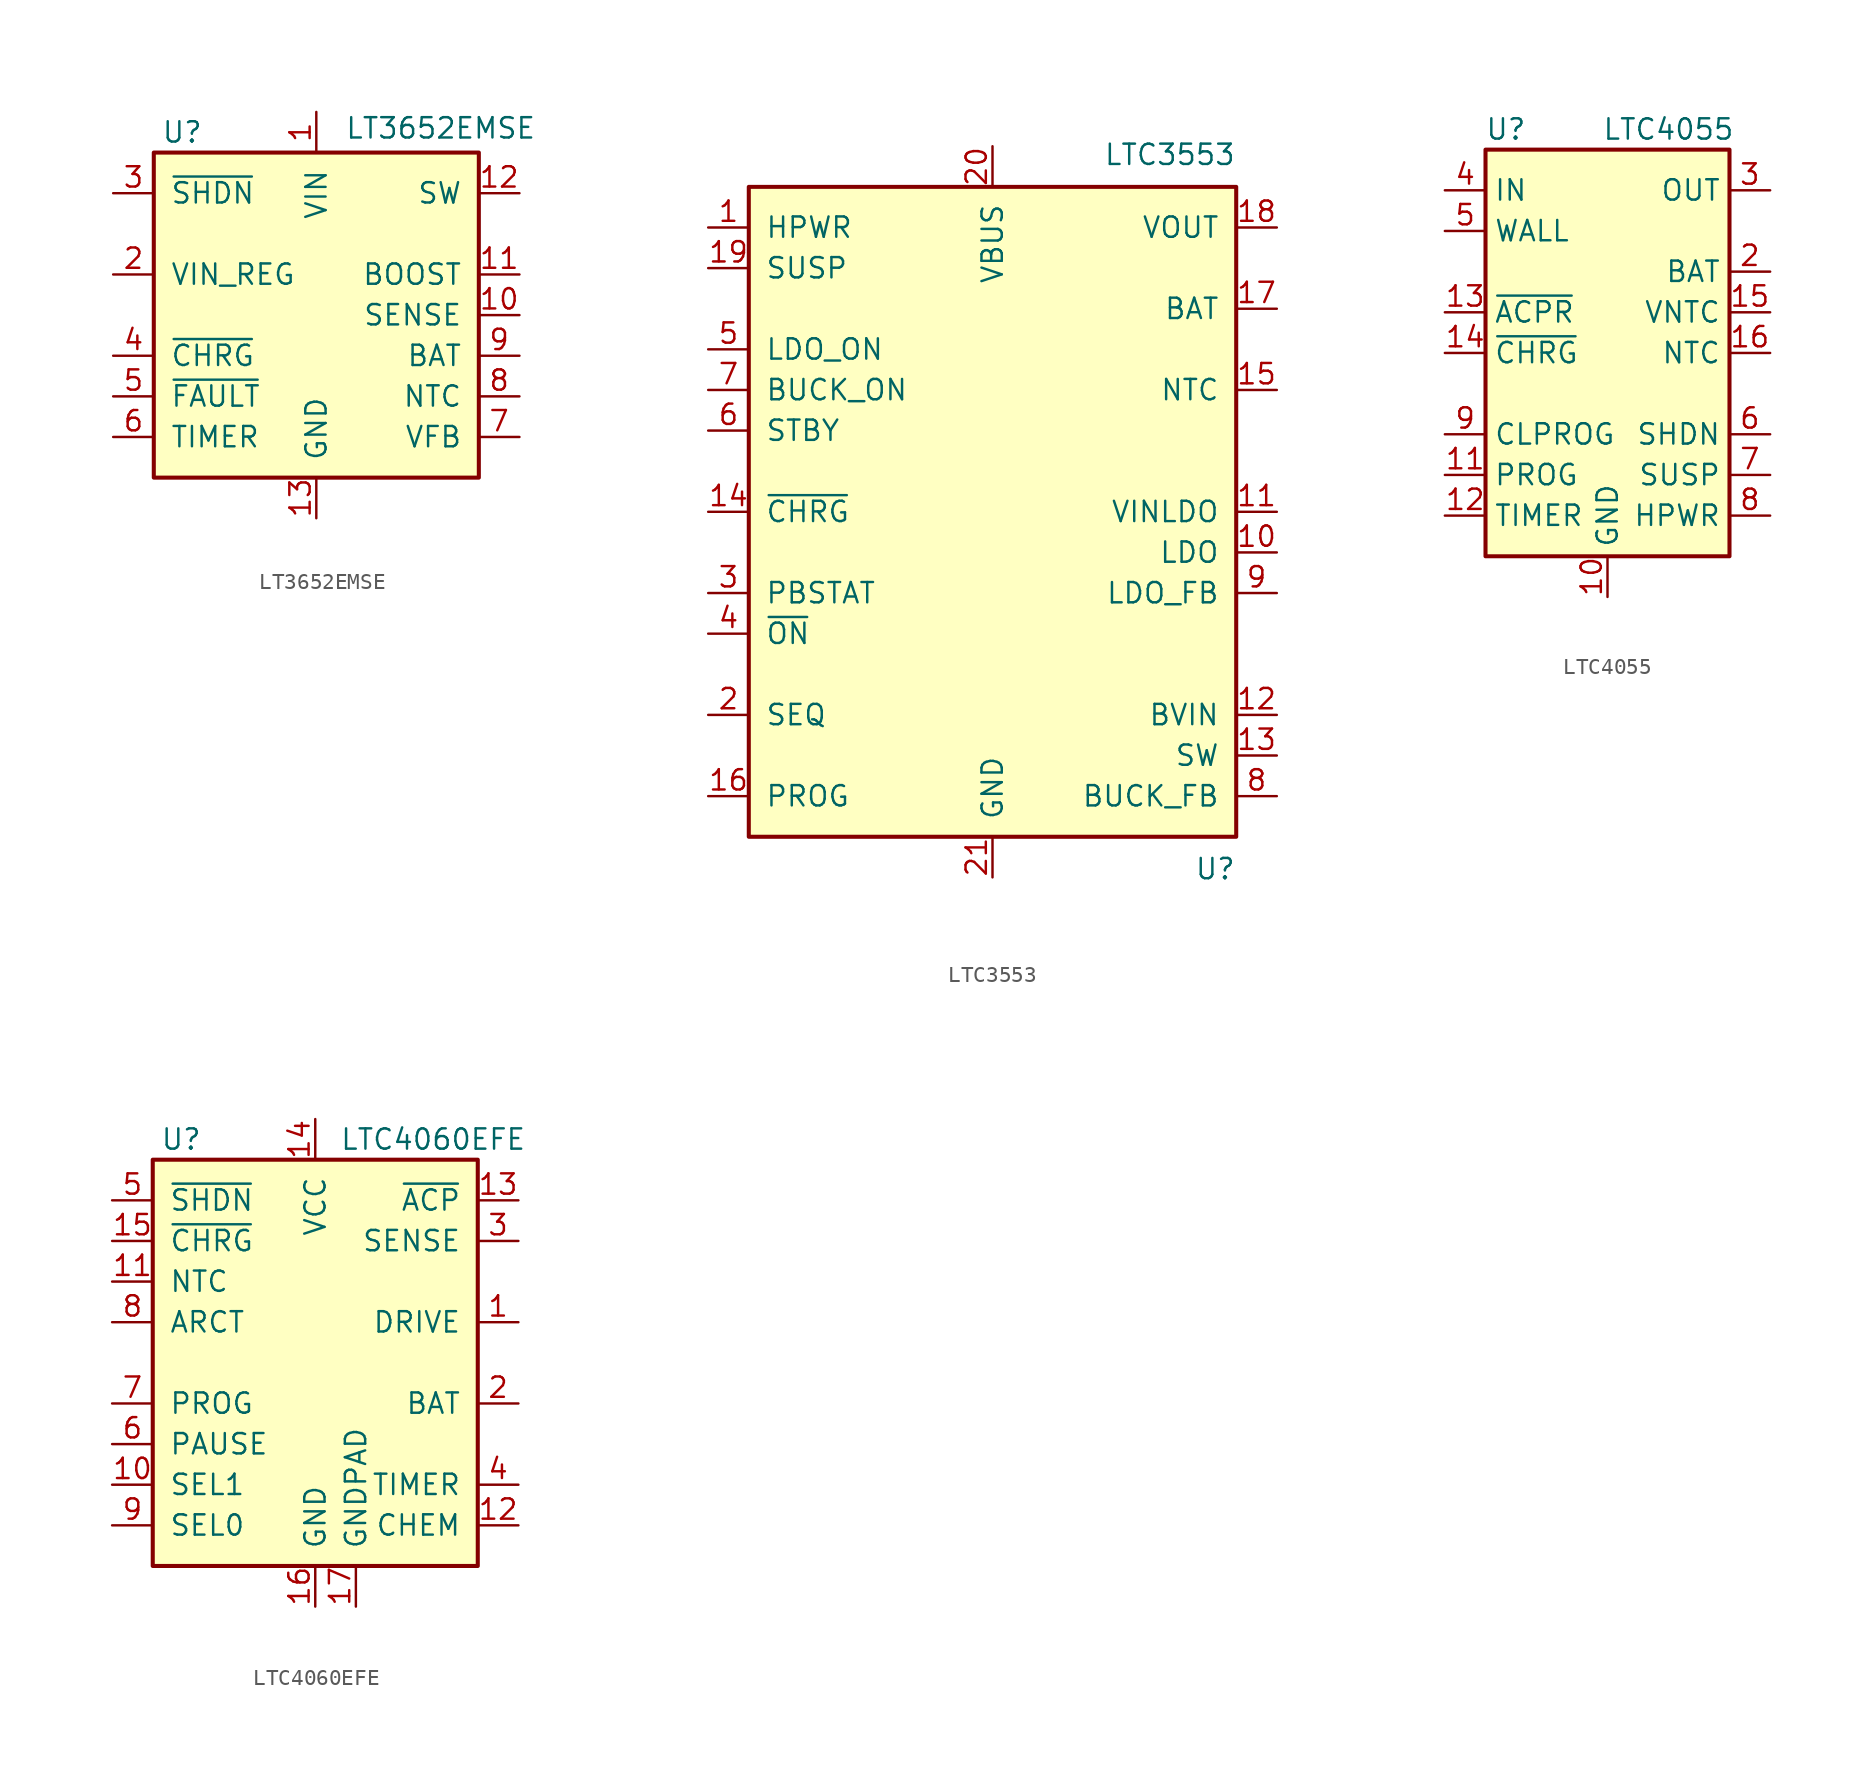
<source format=kicad_sym>
(kicad_symbol_lib
  (version 20211014)
  (generator kicad_symbol_editor)
  (symbol "LT3652EMSE"
    (pin_names
      (offset 1.016))
    (property "Reference" "U"
      (at -8.382 11.43 0)
      (effects (font (size 1.27 1.27))))
    (property "Value" "LT3652EMSE"
      (at 1.778 11.684 0)
      (effects (font (size 1.27 1.27)) (justify left)))
    (symbol "LT3652EMSE_0_1"
      (rectangle (start -10.16 10.16) (end 10.16 -10.16) (stroke (width 0.254) (type default) (color 0 0 0 0)) (fill (type background))))
    (symbol "LT3652EMSE_1_1"
      (pin power_in line (at 0 12.7 270) (length 2.54) (name "VIN" (effects (font (size 1.27 1.27)))) (number "1" (effects (font (size 1.27 1.27)))))
      (pin input line (at 12.7 0 180) (length 2.54) (name "SENSE" (effects (font (size 1.27 1.27)))) (number "10" (effects (font (size 1.27 1.27)))))
      (pin input line (at 12.7 2.54 180) (length 2.54) (name "BOOST" (effects (font (size 1.27 1.27)))) (number "11" (effects (font (size 1.27 1.27)))))
      (pin output line (at 12.7 7.62 180) (length 2.54) (name "SW" (effects (font (size 1.27 1.27)))) (number "12" (effects (font (size 1.27 1.27)))))
      (pin power_in line (at 0 -12.7 90) (length 2.54) (name "GND" (effects (font (size 1.27 1.27)))) (number "13" (effects (font (size 1.27 1.27)))))
      (pin input line (at -12.7 2.54 0) (length 2.54) (name "VIN_REG" (effects (font (size 1.27 1.27)))) (number "2" (effects (font (size 1.27 1.27)))))
      (pin input line (at -12.7 7.62 0) (length 2.54) (name "~{SHDN}" (effects (font (size 1.27 1.27)))) (number "3" (effects (font (size 1.27 1.27)))))
      (pin open_collector line (at -12.7 -2.54 0) (length 2.54) (name "~{CHRG}" (effects (font (size 1.27 1.27)))) (number "4" (effects (font (size 1.27 1.27)))))
      (pin open_collector line (at -12.7 -5.08 0) (length 2.54) (name "~{FAULT}" (effects (font (size 1.27 1.27)))) (number "5" (effects (font (size 1.27 1.27)))))
      (pin output line (at -12.7 -7.62 0) (length 2.54) (name "TIMER" (effects (font (size 1.27 1.27)))) (number "6" (effects (font (size 1.27 1.27)))))
      (pin input line (at 12.7 -7.62 180) (length 2.54) (name "VFB" (effects (font (size 1.27 1.27)))) (number "7" (effects (font (size 1.27 1.27)))))
      (pin input line (at 12.7 -5.08 180) (length 2.54) (name "NTC" (effects (font (size 1.27 1.27)))) (number "8" (effects (font (size 1.27 1.27)))))
      (pin output line (at 12.7 -2.54 180) (length 2.54) (name "BAT" (effects (font (size 1.27 1.27)))) (number "9" (effects (font (size 1.27 1.27)))))))
  (symbol "LTC3553"
    (pin_names
      (offset 1.016))
    (property "Reference" "U"
      (at 15.24 -21.59 0)
      (effects (font (size 1.27 1.27)) (justify right top)))
    (property "Value" "LTC3553"
      (at 15.24 21.59 0)
      (effects (font (size 1.27 1.27)) (justify right bottom)))
    (symbol "LTC3553_0_1"
      (rectangle (start -15.24 20.32) (end 15.24 -20.32) (stroke (width 0.254) (type default) (color 0 0 0 0)) (fill (type background))))
    (symbol "LTC3553_1_1"
      (pin input line (at -17.78 17.78 0) (length 2.54) (name "HPWR" (effects (font (size 1.27 1.27)))) (number "1" (effects (font (size 1.27 1.27)))))
      (pin power_out line (at 17.78 -2.54 180) (length 2.54) (name "LDO" (effects (font (size 1.27 1.27)))) (number "10" (effects (font (size 1.27 1.27)))))
      (pin power_in line (at 17.78 0 180) (length 2.54) (name "VINLDO" (effects (font (size 1.27 1.27)))) (number "11" (effects (font (size 1.27 1.27)))))
      (pin power_in line (at 17.78 -12.7 180) (length 2.54) (name "BVIN" (effects (font (size 1.27 1.27)))) (number "12" (effects (font (size 1.27 1.27)))))
      (pin power_out line (at 17.78 -15.24 180) (length 2.54) (name "SW" (effects (font (size 1.27 1.27)))) (number "13" (effects (font (size 1.27 1.27)))))
      (pin open_collector line (at -17.78 0 0) (length 2.54) (name "~{CHRG}" (effects (font (size 1.27 1.27)))) (number "14" (effects (font (size 1.27 1.27)))))
      (pin passive line (at 17.78 7.62 180) (length 2.54) (name "NTC" (effects (font (size 1.27 1.27)))) (number "15" (effects (font (size 1.27 1.27)))))
      (pin passive line (at -17.78 -17.78 0) (length 2.54) (name "PROG" (effects (font (size 1.27 1.27)))) (number "16" (effects (font (size 1.27 1.27)))))
      (pin power_out line (at 17.78 12.7 180) (length 2.54) (name "BAT" (effects (font (size 1.27 1.27)))) (number "17" (effects (font (size 1.27 1.27)))))
      (pin power_out line (at 17.78 17.78 180) (length 2.54) (name "VOUT" (effects (font (size 1.27 1.27)))) (number "18" (effects (font (size 1.27 1.27)))))
      (pin input line (at -17.78 15.24 0) (length 2.54) (name "SUSP" (effects (font (size 1.27 1.27)))) (number "19" (effects (font (size 1.27 1.27)))))
      (pin input line (at -17.78 -12.7 0) (length 2.54) (name "SEQ" (effects (font (size 1.27 1.27)))) (number "2" (effects (font (size 1.27 1.27)))))
      (pin power_in line (at 0 22.86 270) (length 2.54) (name "VBUS" (effects (font (size 1.27 1.27)))) (number "20" (effects (font (size 1.27 1.27)))))
      (pin power_in line (at 0 -22.86 90) (length 2.54) (name "GND" (effects (font (size 1.27 1.27)))) (number "21" (effects (font (size 1.27 1.27)))))
      (pin output line (at -17.78 -5.08 0) (length 2.54) (name "PBSTAT" (effects (font (size 1.27 1.27)))) (number "3" (effects (font (size 1.27 1.27)))))
      (pin input line (at -17.78 -7.62 0) (length 2.54) (name "~{ON}" (effects (font (size 1.27 1.27)))) (number "4" (effects (font (size 1.27 1.27)))))
      (pin input line (at -17.78 10.16 0) (length 2.54) (name "LDO_ON" (effects (font (size 1.27 1.27)))) (number "5" (effects (font (size 1.27 1.27)))))
      (pin input line (at -17.78 5.08 0) (length 2.54) (name "STBY" (effects (font (size 1.27 1.27)))) (number "6" (effects (font (size 1.27 1.27)))))
      (pin input line (at -17.78 7.62 0) (length 2.54) (name "BUCK_ON" (effects (font (size 1.27 1.27)))) (number "7" (effects (font (size 1.27 1.27)))))
      (pin input line (at 17.78 -17.78 180) (length 2.54) (name "BUCK_FB" (effects (font (size 1.27 1.27)))) (number "8" (effects (font (size 1.27 1.27)))))
      (pin input line (at 17.78 -5.08 180) (length 2.54) (name "LDO_FB" (effects (font (size 1.27 1.27)))) (number "9" (effects (font (size 1.27 1.27)))))))
  (symbol "LTC4055"
    (property "Reference" "U"
      (at -6.35 13.97 0)
      (effects (font (size 1.27 1.27))))
    (property "Value" "LTC4055"
      (at 3.81 13.97 0)
      (effects (font (size 1.27 1.27))))
    (symbol "LTC4055_0_1"
      (rectangle (start -7.62 12.7) (end 7.62 -12.7) (stroke (width 0.254) (type default) (color 0 0 0 0)) (fill (type background))))
    (symbol "LTC4055_1_1"
      (pin passive line (at -10.16 10.16 0) (length 2.54) hide (name "IN" (effects (font (size 1.27 1.27)))) (number "1" (effects (font (size 1.27 1.27)))))
      (pin power_in line (at 0 -15.24 90) (length 2.54) (name "GND" (effects (font (size 1.27 1.27)))) (number "10" (effects (font (size 1.27 1.27)))))
      (pin passive line (at -10.16 -7.62 0) (length 2.54) (name "PROG" (effects (font (size 1.27 1.27)))) (number "11" (effects (font (size 1.27 1.27)))))
      (pin passive line (at -10.16 -10.16 0) (length 2.54) (name "TIMER" (effects (font (size 1.27 1.27)))) (number "12" (effects (font (size 1.27 1.27)))))
      (pin open_collector line (at -10.16 2.54 0) (length 2.54) (name "~{ACPR}" (effects (font (size 1.27 1.27)))) (number "13" (effects (font (size 1.27 1.27)))))
      (pin open_collector line (at -10.16 0 0) (length 2.54) (name "~{CHRG}" (effects (font (size 1.27 1.27)))) (number "14" (effects (font (size 1.27 1.27)))))
      (pin output line (at 10.16 2.54 180) (length 2.54) (name "VNTC" (effects (font (size 1.27 1.27)))) (number "15" (effects (font (size 1.27 1.27)))))
      (pin input line (at 10.16 0 180) (length 2.54) (name "NTC" (effects (font (size 1.27 1.27)))) (number "16" (effects (font (size 1.27 1.27)))))
      (pin passive line (at 0 -15.24 90) (length 2.54) hide (name "GND" (effects (font (size 1.27 1.27)))) (number "17" (effects (font (size 1.27 1.27)))))
      (pin passive line (at 10.16 5.08 180) (length 2.54) (name "BAT" (effects (font (size 1.27 1.27)))) (number "2" (effects (font (size 1.27 1.27)))))
      (pin passive line (at 10.16 10.16 180) (length 2.54) (name "OUT" (effects (font (size 1.27 1.27)))) (number "3" (effects (font (size 1.27 1.27)))))
      (pin power_in line (at -10.16 10.16 0) (length 2.54) (name "IN" (effects (font (size 1.27 1.27)))) (number "4" (effects (font (size 1.27 1.27)))))
      (pin input line (at -10.16 7.62 0) (length 2.54) (name "WALL" (effects (font (size 1.27 1.27)))) (number "5" (effects (font (size 1.27 1.27)))))
      (pin input line (at 10.16 -5.08 180) (length 2.54) (name "SHDN" (effects (font (size 1.27 1.27)))) (number "6" (effects (font (size 1.27 1.27)))))
      (pin input line (at 10.16 -7.62 180) (length 2.54) (name "SUSP" (effects (font (size 1.27 1.27)))) (number "7" (effects (font (size 1.27 1.27)))))
      (pin input line (at 10.16 -10.16 180) (length 2.54) (name "HPWR" (effects (font (size 1.27 1.27)))) (number "8" (effects (font (size 1.27 1.27)))))
      (pin passive line (at -10.16 -5.08 0) (length 2.54) (name "CLPROG" (effects (font (size 1.27 1.27)))) (number "9" (effects (font (size 1.27 1.27)))))))
  (symbol "LTC4060EFE"
    (pin_names
      (offset 1.016))
    (property "Reference" "U"
      (at -8.382 13.97 0)
      (effects (font (size 1.27 1.27))))
    (property "Value" "LTC4060EFE"
      (at 1.524 13.97 0)
      (effects (font (size 1.27 1.27)) (justify left)))
    (symbol "LTC4060EFE_0_1"
      (rectangle (start -10.16 12.7) (end 10.16 -12.7) (stroke (width 0.254) (type default) (color 0 0 0 0)) (fill (type background))))
    (symbol "LTC4060EFE_1_1"
      (pin output line (at 12.7 2.54 180) (length 2.54) (name "DRIVE" (effects (font (size 1.27 1.27)))) (number "1" (effects (font (size 1.27 1.27)))))
      (pin input line (at -12.7 -7.62 0) (length 2.54) (name "SEL1" (effects (font (size 1.27 1.27)))) (number "10" (effects (font (size 1.27 1.27)))))
      (pin input line (at -12.7 5.08 0) (length 2.54) (name "NTC" (effects (font (size 1.27 1.27)))) (number "11" (effects (font (size 1.27 1.27)))))
      (pin input line (at 12.7 -10.16 180) (length 2.54) (name "CHEM" (effects (font (size 1.27 1.27)))) (number "12" (effects (font (size 1.27 1.27)))))
      (pin open_collector line (at 12.7 10.16 180) (length 2.54) (name "~{ACP}" (effects (font (size 1.27 1.27)))) (number "13" (effects (font (size 1.27 1.27)))))
      (pin power_in line (at 0 15.24 270) (length 2.54) (name "VCC" (effects (font (size 1.27 1.27)))) (number "14" (effects (font (size 1.27 1.27)))))
      (pin open_collector line (at -12.7 7.62 0) (length 2.54) (name "~{CHRG}" (effects (font (size 1.27 1.27)))) (number "15" (effects (font (size 1.27 1.27)))))
      (pin power_in line (at 0 -15.24 90) (length 2.54) (name "GND" (effects (font (size 1.27 1.27)))) (number "16" (effects (font (size 1.27 1.27)))))
      (pin power_in line (at 2.54 -15.24 90) (length 2.54) (name "GNDPAD" (effects (font (size 1.27 1.27)))) (number "17" (effects (font (size 1.27 1.27)))))
      (pin input line (at 12.7 -2.54 180) (length 2.54) (name "BAT" (effects (font (size 1.27 1.27)))) (number "2" (effects (font (size 1.27 1.27)))))
      (pin input line (at 12.7 7.62 180) (length 2.54) (name "SENSE" (effects (font (size 1.27 1.27)))) (number "3" (effects (font (size 1.27 1.27)))))
      (pin input line (at 12.7 -7.62 180) (length 2.54) (name "TIMER" (effects (font (size 1.27 1.27)))) (number "4" (effects (font (size 1.27 1.27)))))
      (pin input line (at -12.7 10.16 0) (length 2.54) (name "~{SHDN}" (effects (font (size 1.27 1.27)))) (number "5" (effects (font (size 1.27 1.27)))))
      (pin input line (at -12.7 -5.08 0) (length 2.54) (name "PAUSE" (effects (font (size 1.27 1.27)))) (number "6" (effects (font (size 1.27 1.27)))))
      (pin input line (at -12.7 -2.54 0) (length 2.54) (name "PROG" (effects (font (size 1.27 1.27)))) (number "7" (effects (font (size 1.27 1.27)))))
      (pin input line (at -12.7 2.54 0) (length 2.54) (name "ARCT" (effects (font (size 1.27 1.27)))) (number "8" (effects (font (size 1.27 1.27)))))
      (pin input line (at -12.7 -10.16 0) (length 2.54) (name "SEL0" (effects (font (size 1.27 1.27)))) (number "9" (effects (font (size 1.27 1.27))))))))
</source>
